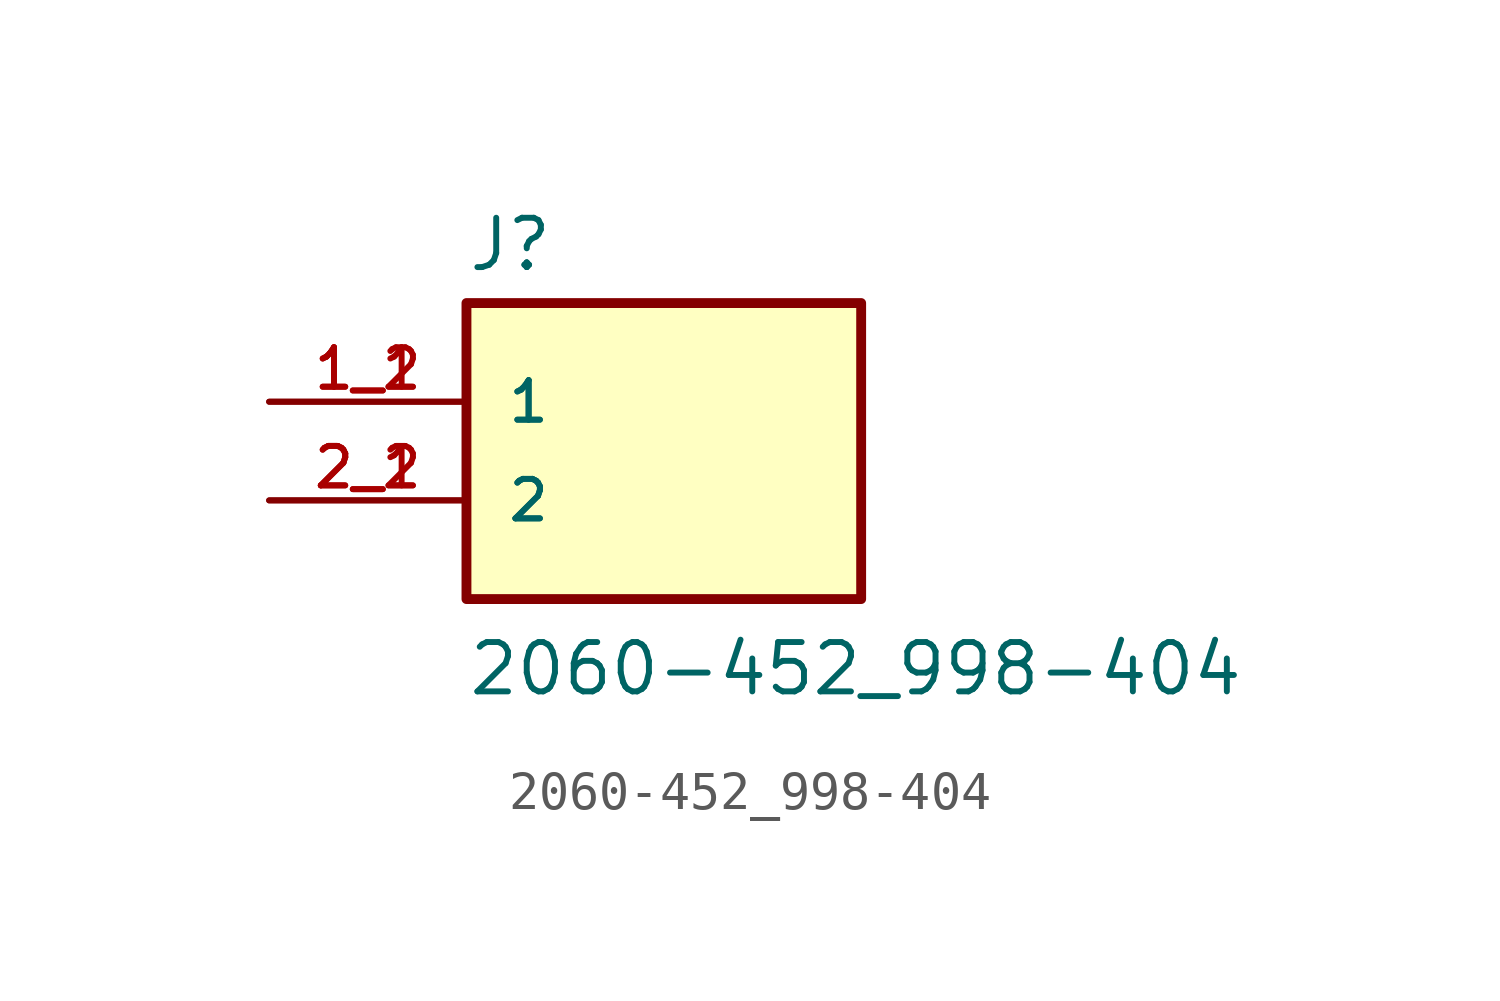
<source format=kicad_sym>
(kicad_symbol_lib
  (version 20220914)
  (generator kicad_symbol_editor)
  (symbol "2060-452_998-404"
    (pin_names
      (offset 1.016))
    (property "Reference" "J"
      (at -5.08 5.842 0)
      (effects (font (size 1.27 1.27)) (justify left bottom)))
    (property "Value" "2060-452_998-404"
      (at -5.08 -5.08 0)
      (effects (font (size 1.27 1.27)) (justify left bottom)))
    (symbol "2060-452_998-404_0_0"
      (rectangle (start -5.08 -2.54) (end 5.08 5.08) (stroke (width 0.254) (type default)) (fill (type background)))
      (pin passive line (at -10.16 2.54 0) (length 5.08) (name "1" (effects (font (size 1.016 1.016)))) (number "1_1" (effects (font (size 1.016 1.016)))))
      (pin passive line (at -10.16 2.54 0) (length 5.08) (name "1" (effects (font (size 1.016 1.016)))) (number "1_2" (effects (font (size 1.016 1.016)))))
      (pin passive line (at -10.16 0 0) (length 5.08) (name "2" (effects (font (size 1.016 1.016)))) (number "2_1" (effects (font (size 1.016 1.016)))))
      (pin passive line (at -10.16 0 0) (length 5.08) (name "2" (effects (font (size 1.016 1.016)))) (number "2_2" (effects (font (size 1.016 1.016))))))))
</source>
